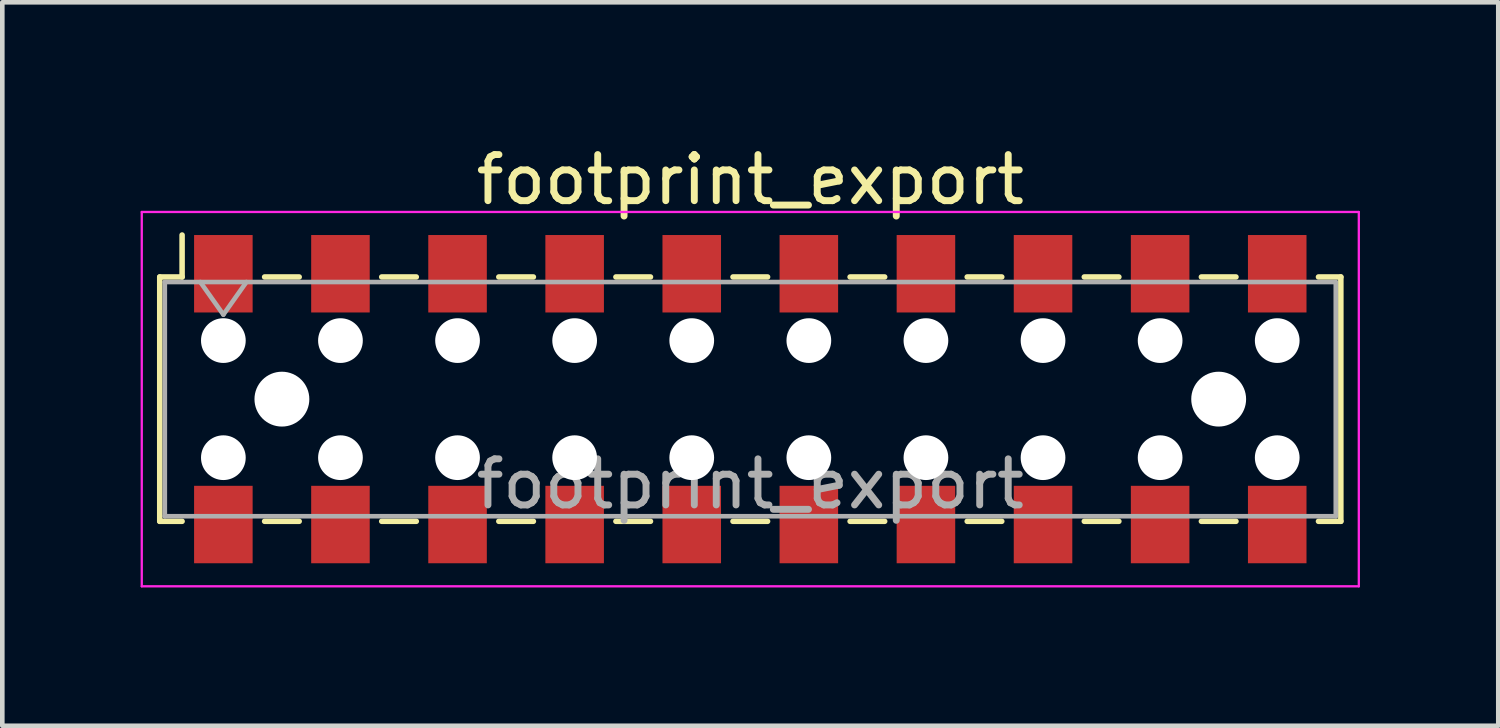
<source format=kicad_pcb>
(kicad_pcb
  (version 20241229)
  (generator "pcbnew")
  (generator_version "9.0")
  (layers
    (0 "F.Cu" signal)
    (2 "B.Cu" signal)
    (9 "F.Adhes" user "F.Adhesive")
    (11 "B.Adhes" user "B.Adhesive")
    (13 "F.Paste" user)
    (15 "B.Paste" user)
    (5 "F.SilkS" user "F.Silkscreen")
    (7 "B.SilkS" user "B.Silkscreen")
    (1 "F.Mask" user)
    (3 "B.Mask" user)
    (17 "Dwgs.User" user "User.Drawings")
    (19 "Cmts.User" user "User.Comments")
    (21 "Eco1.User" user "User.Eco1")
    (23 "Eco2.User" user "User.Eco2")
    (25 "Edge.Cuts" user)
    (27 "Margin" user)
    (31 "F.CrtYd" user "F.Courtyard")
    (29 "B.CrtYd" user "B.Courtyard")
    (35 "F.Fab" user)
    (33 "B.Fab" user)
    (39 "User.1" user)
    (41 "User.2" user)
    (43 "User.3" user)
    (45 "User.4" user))
  (footprint "footprint_export"
    (layer "F.Cu")
    (at 13.225 5.608)
    (property "Reference" "footprint_export" (at 0 -4.76 0) (layer "F.SilkS") (effects (font (size 1 1) (thickness 0.15))))
    (attr smd)
    (fp_line (start -12.81 -2.65) (end -12.81 2.65) (stroke (width 0.12) (type solid)) (layer "F.SilkS"))
    (fp_line (start -12.81 2.65) (end -12.325 2.65) (stroke (width 0.12) (type solid)) (layer "F.SilkS"))
    (fp_line (start -12.325 -3.56) (end -12.325 -2.65) (stroke (width 0.12) (type solid)) (layer "F.SilkS"))
    (fp_line (start -12.325 -2.65) (end -12.81 -2.65) (stroke (width 0.12) (type solid)) (layer "F.SilkS"))
    (fp_line (start -10.535 -2.65) (end -9.785 -2.65) (stroke (width 0.12) (type solid)) (layer "F.SilkS"))
    (fp_line (start -10.535 2.65) (end -9.785 2.65) (stroke (width 0.12) (type solid)) (layer "F.SilkS"))
    (fp_line (start -7.995 -2.65) (end -7.245 -2.65) (stroke (width 0.12) (type solid)) (layer "F.SilkS"))
    (fp_line (start -7.995 2.65) (end -7.245 2.65) (stroke (width 0.12) (type solid)) (layer "F.SilkS"))
    (fp_line (start -5.455 -2.65) (end -4.705 -2.65) (stroke (width 0.12) (type solid)) (layer "F.SilkS"))
    (fp_line (start -5.455 2.65) (end -4.705 2.65) (stroke (width 0.12) (type solid)) (layer "F.SilkS"))
    (fp_line (start -2.915 -2.65) (end -2.165 -2.65) (stroke (width 0.12) (type solid)) (layer "F.SilkS"))
    (fp_line (start -2.915 2.65) (end -2.165 2.65) (stroke (width 0.12) (type solid)) (layer "F.SilkS"))
    (fp_line (start -0.375 -2.65) (end 0.375 -2.65) (stroke (width 0.12) (type solid)) (layer "F.SilkS"))
    (fp_line (start -0.375 2.65) (end 0.375 2.65) (stroke (width 0.12) (type solid)) (layer "F.SilkS"))
    (fp_line (start 2.165 -2.65) (end 2.915 -2.65) (stroke (width 0.12) (type solid)) (layer "F.SilkS"))
    (fp_line (start 2.165 2.65) (end 2.915 2.65) (stroke (width 0.12) (type solid)) (layer "F.SilkS"))
    (fp_line (start 4.705 -2.65) (end 5.455 -2.65) (stroke (width 0.12) (type solid)) (layer "F.SilkS"))
    (fp_line (start 4.705 2.65) (end 5.455 2.65) (stroke (width 0.12) (type solid)) (layer "F.SilkS"))
    (fp_line (start 7.245 -2.65) (end 7.995 -2.65) (stroke (width 0.12) (type solid)) (layer "F.SilkS"))
    (fp_line (start 7.245 2.65) (end 7.995 2.65) (stroke (width 0.12) (type solid)) (layer "F.SilkS"))
    (fp_line (start 9.785 -2.65) (end 10.535 -2.65) (stroke (width 0.12) (type solid)) (layer "F.SilkS"))
    (fp_line (start 9.785 2.65) (end 10.535 2.65) (stroke (width 0.12) (type solid)) (layer "F.SilkS"))
    (fp_line (start 12.325 -2.65) (end 12.81 -2.65) (stroke (width 0.12) (type solid)) (layer "F.SilkS"))
    (fp_line (start 12.81 -2.65) (end 12.81 2.65) (stroke (width 0.12) (type solid)) (layer "F.SilkS"))
    (fp_line (start 12.81 2.65) (end 12.325 2.65) (stroke (width 0.12) (type solid)) (layer "F.SilkS"))
    (fp_line (start -13.2 -4.06) (end 13.2 -4.06) (stroke (width 0.05) (type solid)) (layer "F.CrtYd"))
    (fp_line (start -13.2 4.06) (end -13.2 -4.06) (stroke (width 0.05) (type solid)) (layer "F.CrtYd"))
    (fp_line (start 13.2 -4.06) (end 13.2 4.06) (stroke (width 0.05) (type solid)) (layer "F.CrtYd"))
    (fp_line (start 13.2 4.06) (end -13.2 4.06) (stroke (width 0.05) (type solid)) (layer "F.CrtYd"))
    (fp_line (start -12.7 -2.54) (end 12.7 -2.54) (stroke (width 0.1) (type solid)) (layer "F.Fab"))
    (fp_line (start -12.7 2.54) (end -12.7 -2.54) (stroke (width 0.1) (type solid)) (layer "F.Fab"))
    (fp_line (start -11.93 -2.54) (end -11.43 -1.833) (stroke (width 0.1) (type solid)) (layer "F.Fab"))
    (fp_line (start -11.43 -1.833) (end -10.93 -2.54) (stroke (width 0.1) (type solid)) (layer "F.Fab"))
    (fp_line (start 12.7 -2.54) (end 12.7 2.54) (stroke (width 0.1) (type solid)) (layer "F.Fab"))
    (fp_line (start 12.7 2.54) (end -12.7 2.54) (stroke (width 0.1) (type solid)) (layer "F.Fab"))
    (fp_text user "${REFERENCE}" (at 0 1.84 0) (layer "F.Fab") (effects (font (size 1 1) (thickness 0.15))))
    (pad "" np_thru_hole circle (at -11.43 -1.27) (size 0.97 0.97) (drill 0.97) (layers "*.Cu" "*.Mask"))
    (pad "" np_thru_hole circle (at -11.43 1.27) (size 0.97 0.97) (drill 0.97) (layers "*.Cu" "*.Mask"))
    (pad "" np_thru_hole circle (at -10.16 0) (size 1.19 1.19) (drill 1.19) (layers "*.Cu" "*.Mask"))
    (pad "" np_thru_hole circle (at -8.89 -1.27) (size 0.97 0.97) (drill 0.97) (layers "*.Cu" "*.Mask"))
    (pad "" np_thru_hole circle (at -8.89 1.27) (size 0.97 0.97) (drill 0.97) (layers "*.Cu" "*.Mask"))
    (pad "" np_thru_hole circle (at -6.35 -1.27) (size 0.97 0.97) (drill 0.97) (layers "*.Cu" "*.Mask"))
    (pad "" np_thru_hole circle (at -6.35 1.27) (size 0.97 0.97) (drill 0.97) (layers "*.Cu" "*.Mask"))
    (pad "" np_thru_hole circle (at -3.81 -1.27) (size 0.97 0.97) (drill 0.97) (layers "*.Cu" "*.Mask"))
    (pad "" np_thru_hole circle (at -3.81 1.27) (size 0.97 0.97) (drill 0.97) (layers "*.Cu" "*.Mask"))
    (pad "" np_thru_hole circle (at -1.27 -1.27) (size 0.97 0.97) (drill 0.97) (layers "*.Cu" "*.Mask"))
    (pad "" np_thru_hole circle (at -1.27 1.27) (size 0.97 0.97) (drill 0.97) (layers "*.Cu" "*.Mask"))
    (pad "" np_thru_hole circle (at 1.27 -1.27) (size 0.97 0.97) (drill 0.97) (layers "*.Cu" "*.Mask"))
    (pad "" np_thru_hole circle (at 1.27 1.27) (size 0.97 0.97) (drill 0.97) (layers "*.Cu" "*.Mask"))
    (pad "" np_thru_hole circle (at 3.81 -1.27) (size 0.97 0.97) (drill 0.97) (layers "*.Cu" "*.Mask"))
    (pad "" np_thru_hole circle (at 3.81 1.27) (size 0.97 0.97) (drill 0.97) (layers "*.Cu" "*.Mask"))
    (pad "" np_thru_hole circle (at 6.35 -1.27) (size 0.97 0.97) (drill 0.97) (layers "*.Cu" "*.Mask"))
    (pad "" np_thru_hole circle (at 6.35 1.27) (size 0.97 0.97) (drill 0.97) (layers "*.Cu" "*.Mask"))
    (pad "" np_thru_hole circle (at 8.89 -1.27) (size 0.97 0.97) (drill 0.97) (layers "*.Cu" "*.Mask"))
    (pad "" np_thru_hole circle (at 8.89 1.27) (size 0.97 0.97) (drill 0.97) (layers "*.Cu" "*.Mask"))
    (pad "" np_thru_hole circle (at 10.16 0) (size 1.19 1.19) (drill 1.19) (layers "*.Cu" "*.Mask"))
    (pad "" np_thru_hole circle (at 11.43 -1.27) (size 0.97 0.97) (drill 0.97) (layers "*.Cu" "*.Mask"))
    (pad "" np_thru_hole circle (at 11.43 1.27) (size 0.97 0.97) (drill 0.97) (layers "*.Cu" "*.Mask"))
    (pad "1" smd rect (at -11.43 -2.72) (size 1.27 1.68) (layers "F.Cu" "F.Mask" "F.Paste"))
    (pad "2" smd rect (at -11.43 2.72) (size 1.27 1.68) (layers "F.Cu" "F.Mask" "F.Paste"))
    (pad "3" smd rect (at -8.89 -2.72) (size 1.27 1.68) (layers "F.Cu" "F.Mask" "F.Paste"))
    (pad "4" smd rect (at -8.89 2.72) (size 1.27 1.68) (layers "F.Cu" "F.Mask" "F.Paste"))
    (pad "5" smd rect (at -6.35 -2.72) (size 1.27 1.68) (layers "F.Cu" "F.Mask" "F.Paste"))
    (pad "6" smd rect (at -6.35 2.72) (size 1.27 1.68) (layers "F.Cu" "F.Mask" "F.Paste"))
    (pad "7" smd rect (at -3.81 -2.72) (size 1.27 1.68) (layers "F.Cu" "F.Mask" "F.Paste"))
    (pad "8" smd rect (at -3.81 2.72) (size 1.27 1.68) (layers "F.Cu" "F.Mask" "F.Paste"))
    (pad "9" smd rect (at -1.27 -2.72) (size 1.27 1.68) (layers "F.Cu" "F.Mask" "F.Paste"))
    (pad "10" smd rect (at -1.27 2.72) (size 1.27 1.68) (layers "F.Cu" "F.Mask" "F.Paste"))
    (pad "11" smd rect (at 1.27 -2.72) (size 1.27 1.68) (layers "F.Cu" "F.Mask" "F.Paste"))
    (pad "12" smd rect (at 1.27 2.72) (size 1.27 1.68) (layers "F.Cu" "F.Mask" "F.Paste"))
    (pad "13" smd rect (at 3.81 -2.72) (size 1.27 1.68) (layers "F.Cu" "F.Mask" "F.Paste"))
    (pad "14" smd rect (at 3.81 2.72) (size 1.27 1.68) (layers "F.Cu" "F.Mask" "F.Paste"))
    (pad "15" smd rect (at 6.35 -2.72) (size 1.27 1.68) (layers "F.Cu" "F.Mask" "F.Paste"))
    (pad "16" smd rect (at 6.35 2.72) (size 1.27 1.68) (layers "F.Cu" "F.Mask" "F.Paste"))
    (pad "17" smd rect (at 8.89 -2.72) (size 1.27 1.68) (layers "F.Cu" "F.Mask" "F.Paste"))
    (pad "18" smd rect (at 8.89 2.72) (size 1.27 1.68) (layers "F.Cu" "F.Mask" "F.Paste"))
    (pad "19" smd rect (at 11.43 -2.72) (size 1.27 1.68) (layers "F.Cu" "F.Mask" "F.Paste"))
    (pad "20" smd rect (at 11.43 2.72) (size 1.27 1.68) (layers "F.Cu" "F.Mask" "F.Paste")))
  (gr_rect
    (start -3 -3)
    (end 29.45 12.693)
    (stroke (width 0.1) (type default))
    (fill no)
    (layer "Edge.Cuts")))
</source>
